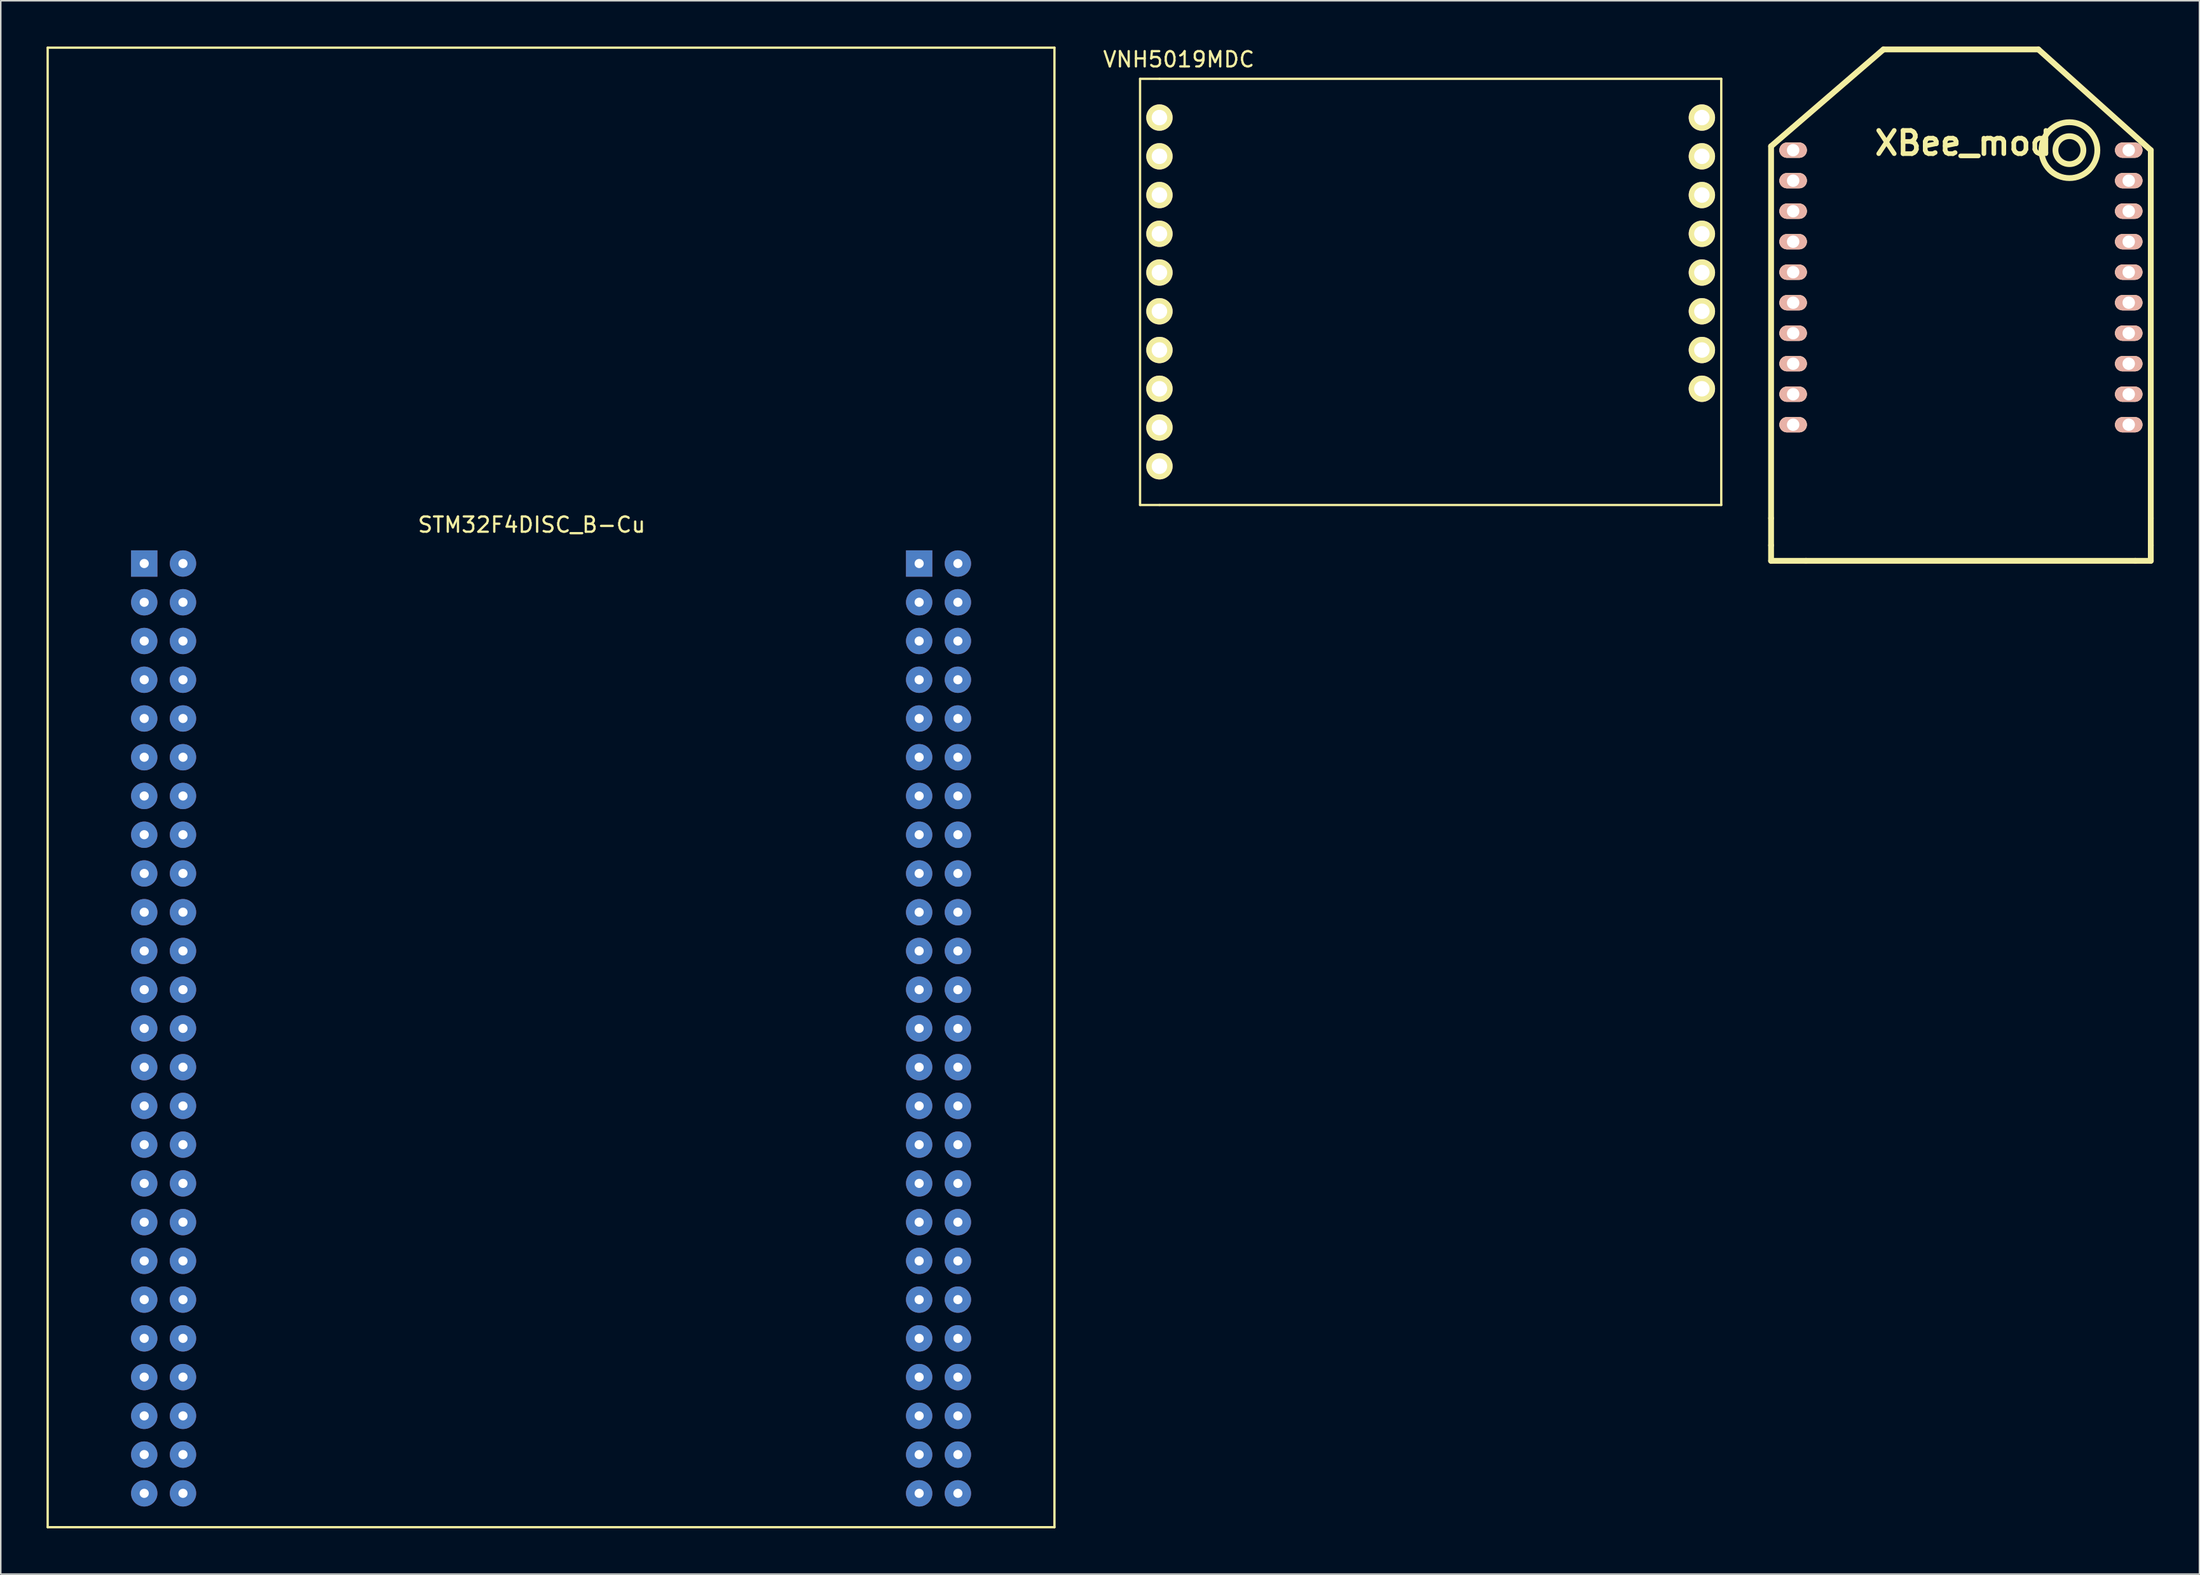
<source format=kicad_pcb>
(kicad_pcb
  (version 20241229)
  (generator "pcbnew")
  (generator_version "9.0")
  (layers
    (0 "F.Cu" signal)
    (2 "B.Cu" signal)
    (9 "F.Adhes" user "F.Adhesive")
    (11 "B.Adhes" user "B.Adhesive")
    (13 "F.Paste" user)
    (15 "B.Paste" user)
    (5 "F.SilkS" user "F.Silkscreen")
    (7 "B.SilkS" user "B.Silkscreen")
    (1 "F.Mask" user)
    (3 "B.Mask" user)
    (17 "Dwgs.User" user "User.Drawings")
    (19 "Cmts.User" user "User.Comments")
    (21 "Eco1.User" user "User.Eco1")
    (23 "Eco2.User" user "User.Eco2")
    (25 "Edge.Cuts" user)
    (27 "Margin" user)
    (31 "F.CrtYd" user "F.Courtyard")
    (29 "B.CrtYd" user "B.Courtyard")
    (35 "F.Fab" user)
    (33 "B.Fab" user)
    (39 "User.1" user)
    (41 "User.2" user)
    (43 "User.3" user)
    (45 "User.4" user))
  (footprint "XBee_mod"
    (layer "F.Cu")
    (at 125.499 6.795)
    (property "Reference" "XBee_mod" (at 0.163 -0.46 0) (layer "F.SilkS") (effects (font (size 1.524 1.524) (thickness 0.305))))
    (attr through_hole)
    (fp_line (start -12.446 -0.254) (end -5.08 -6.604) (stroke (width 0.381) (type solid)) (layer "F.SilkS"))
    (fp_line (start -12.446 24.13) (end -12.446 -0.254) (stroke (width 0.381) (type solid)) (layer "F.SilkS"))
    (fp_line (start -12.446 24.13) (end -12.446 25.908) (stroke (width 0.381) (type solid)) (layer "F.SilkS"))
    (fp_line (start -12.446 25.908) (end -12.446 26.924) (stroke (width 0.381) (type solid)) (layer "F.SilkS"))
    (fp_line (start -10.16 26.924) (end -12.446 26.924) (stroke (width 0.381) (type solid)) (layer "F.SilkS"))
    (fp_line (start -10.16 26.924) (end 11.43 26.924) (stroke (width 0.381) (type solid)) (layer "F.SilkS"))
    (fp_line (start -5.08 -6.604) (end 5.08 -6.604) (stroke (width 0.381) (type solid)) (layer "F.SilkS"))
    (fp_line (start 5.08 -6.604) (end 12.446 0) (stroke (width 0.381) (type solid)) (layer "F.SilkS"))
    (fp_line (start 11.43 26.924) (end 12.446 26.924) (stroke (width 0.381) (type solid)) (layer "F.SilkS"))
    (fp_line (start 12.446 0) (end 12.446 24.13) (stroke (width 0.381) (type solid)) (layer "F.SilkS"))
    (fp_line (start 12.446 24.13) (end 12.446 25.908) (stroke (width 0.381) (type solid)) (layer "F.SilkS"))
    (fp_line (start 12.446 25.908) (end 12.446 26.924) (stroke (width 0.381) (type solid)) (layer "F.SilkS"))
    (fp_circle (center 7.112 0) (end 7.874 0.508) (stroke (width 0.381) (type solid)) (fill no) (layer "F.SilkS"))
    (fp_circle (center 7.112 0) (end 8.636 1.016) (stroke (width 0.381) (type solid)) (fill no) (layer "F.SilkS"))
    (pad "1" thru_hole oval (at -11.001 0) (size 1.8 1) (drill 0.813) (layers "*.Cu" "*.Paste" "*.SilkS" "F.Mask"))
    (pad "2" thru_hole oval (at -11 2) (size 1.8 1) (drill 0.813) (layers "*.Cu" "*.Paste" "*.SilkS" "F.Mask"))
    (pad "3" thru_hole oval (at -11 4) (size 1.8 1) (drill 0.813) (layers "*.Cu" "*.Paste" "*.SilkS" "F.Mask"))
    (pad "4" thru_hole oval (at -11 6) (size 1.8 1) (drill 0.813) (layers "*.Cu" "*.Paste" "*.SilkS" "F.Mask"))
    (pad "5" thru_hole oval (at -11 8) (size 1.8 1) (drill 0.813) (layers "*.Cu" "*.Paste" "*.SilkS" "F.Mask"))
    (pad "6" thru_hole oval (at -11 10) (size 1.8 1) (drill 0.813) (layers "*.Cu" "*.Paste" "*.SilkS" "F.Mask"))
    (pad "7" thru_hole oval (at -11 12) (size 1.8 1) (drill 0.813) (layers "*.Cu" "*.Paste" "*.SilkS" "F.Mask"))
    (pad "8" thru_hole oval (at -11 14) (size 1.8 1) (drill 0.813) (layers "*.Cu" "*.Paste" "*.SilkS" "F.Mask"))
    (pad "9" thru_hole oval (at -11 16) (size 1.8 1) (drill 0.813) (layers "*.Cu" "*.Paste" "*.SilkS" "F.Mask"))
    (pad "10" thru_hole oval (at -11 18) (size 1.8 1) (drill 0.813) (layers "*.Cu" "*.Paste" "*.SilkS" "F.Mask"))
    (pad "11" thru_hole oval (at 11 18) (size 1.8 1) (drill 0.813) (layers "*.Cu" "*.Paste" "*.SilkS" "F.Mask"))
    (pad "12" thru_hole oval (at 11 16) (size 1.8 1) (drill 0.813) (layers "*.Cu" "*.Paste" "*.SilkS" "F.Mask"))
    (pad "13" thru_hole oval (at 11 14) (size 1.8 1) (drill 0.813) (layers "*.Cu" "*.Paste" "*.SilkS" "F.Mask"))
    (pad "14" thru_hole oval (at 11 12) (size 1.8 1) (drill 0.813) (layers "*.Cu" "*.Paste" "*.SilkS" "F.Mask"))
    (pad "15" thru_hole oval (at 11 10) (size 1.8 1) (drill 0.813) (layers "*.Cu" "*.Paste" "*.SilkS" "F.Mask"))
    (pad "16" thru_hole oval (at 11 8) (size 1.8 1) (drill 0.813) (layers "*.Cu" "*.Paste" "*.SilkS" "F.Mask"))
    (pad "17" thru_hole oval (at 11 6) (size 1.8 1) (drill 0.813) (layers "*.Cu" "*.Paste" "*.SilkS" "F.Mask"))
    (pad "18" thru_hole oval (at 11 4) (size 1.8 1) (drill 0.813) (layers "*.Cu" "*.Paste" "*.SilkS" "F.Mask"))
    (pad "19" thru_hole oval (at 11 2) (size 1.8 1) (drill 0.813) (layers "*.Cu" "*.Paste" "*.SilkS" "F.Mask"))
    (pad "20" thru_hole oval (at 11 0) (size 1.8 1) (drill 0.813) (layers "*.Cu" "*.Paste" "*.SilkS" "F.Mask")))
  (footprint "STM32F4DISC_B-Cu"
    (layer "F.Cu")
    (at 6.405 33.895)
    (property "Reference" "STM32F4DISC_B-Cu" (at 25.4 -2.54 0) (layer "F.SilkS") (effects (font (size 1 1) (thickness 0.15))))
    (attr through_hole)
    (fp_line (start -6.33 -33.82) (end 59.67 -33.82) (stroke (width 0.15) (type solid)) (layer "F.SilkS"))
    (fp_line (start -6.33 63.18) (end -6.33 -33.82) (stroke (width 0.15) (type solid)) (layer "F.SilkS"))
    (fp_line (start 59.67 -33.82) (end 59.67 63.18) (stroke (width 0.15) (type solid)) (layer "F.SilkS"))
    (fp_line (start 59.67 63.18) (end -6.33 63.18) (stroke (width 0.15) (type solid)) (layer "F.SilkS"))
    (pad "1" thru_hole rect (at 0 0) (size 1.727 1.727) (drill 0.6) (layers "B.Cu"))
    (pad "2" thru_hole oval (at 2.54 0) (size 1.727 1.727) (drill 0.6) (layers "B.Cu"))
    (pad "3" thru_hole oval (at 0 2.54) (size 1.727 1.727) (drill 0.6) (layers "B.Cu"))
    (pad "4" thru_hole oval (at 2.54 2.54) (size 1.727 1.727) (drill 0.6) (layers "B.Cu"))
    (pad "5" thru_hole oval (at 0 5.08) (size 1.727 1.727) (drill 0.6) (layers "B.Cu"))
    (pad "6" thru_hole oval (at 2.54 5.08) (size 1.727 1.727) (drill 0.6) (layers "B.Cu"))
    (pad "7" thru_hole oval (at 0 7.62) (size 1.727 1.727) (drill 0.6) (layers "B.Cu"))
    (pad "8" thru_hole oval (at 2.54 7.62) (size 1.727 1.727) (drill 0.6) (layers "B.Cu"))
    (pad "9" thru_hole oval (at 0 10.16) (size 1.727 1.727) (drill 0.6) (layers "B.Cu"))
    (pad "10" thru_hole oval (at 2.54 10.16) (size 1.727 1.727) (drill 0.6) (layers "B.Cu"))
    (pad "11" thru_hole oval (at 0 12.7) (size 1.727 1.727) (drill 0.6) (layers "B.Cu"))
    (pad "12" thru_hole oval (at 2.54 12.7) (size 1.727 1.727) (drill 0.6) (layers "B.Cu"))
    (pad "13" thru_hole oval (at 0 15.24) (size 1.727 1.727) (drill 0.6) (layers "B.Cu"))
    (pad "14" thru_hole oval (at 2.54 15.24) (size 1.727 1.727) (drill 0.6) (layers "B.Cu"))
    (pad "15" thru_hole oval (at 0 17.78) (size 1.727 1.727) (drill 0.6) (layers "B.Cu"))
    (pad "16" thru_hole oval (at 2.54 17.78) (size 1.727 1.727) (drill 0.6) (layers "B.Cu"))
    (pad "17" thru_hole oval (at 0 20.32) (size 1.727 1.727) (drill 0.6) (layers "B.Cu"))
    (pad "18" thru_hole oval (at 2.54 20.32) (size 1.727 1.727) (drill 0.6) (layers "B.Cu"))
    (pad "19" thru_hole oval (at 0 22.86) (size 1.727 1.727) (drill 0.6) (layers "B.Cu"))
    (pad "20" thru_hole oval (at 2.54 22.86) (size 1.727 1.727) (drill 0.6) (layers "B.Cu"))
    (pad "21" thru_hole oval (at 0 25.4) (size 1.727 1.727) (drill 0.6) (layers "B.Cu"))
    (pad "22" thru_hole oval (at 2.54 25.4) (size 1.727 1.727) (drill 0.6) (layers "B.Cu"))
    (pad "23" thru_hole oval (at 0 27.94) (size 1.727 1.727) (drill 0.6) (layers "B.Cu"))
    (pad "24" thru_hole oval (at 2.54 27.94) (size 1.727 1.727) (drill 0.6) (layers "B.Cu"))
    (pad "25" thru_hole oval (at 0 30.48) (size 1.727 1.727) (drill 0.6) (layers "B.Cu"))
    (pad "26" thru_hole oval (at 2.54 30.48) (size 1.727 1.727) (drill 0.6) (layers "B.Cu"))
    (pad "27" thru_hole oval (at 0 33.02) (size 1.727 1.727) (drill 0.6) (layers "B.Cu"))
    (pad "28" thru_hole oval (at 2.54 33.02) (size 1.727 1.727) (drill 0.6) (layers "B.Cu"))
    (pad "29" thru_hole oval (at 0 35.56) (size 1.727 1.727) (drill 0.6) (layers "B.Cu"))
    (pad "30" thru_hole oval (at 2.54 35.56) (size 1.727 1.727) (drill 0.6) (layers "B.Cu"))
    (pad "31" thru_hole oval (at 0 38.1) (size 1.727 1.727) (drill 0.6) (layers "B.Cu"))
    (pad "32" thru_hole oval (at 2.54 38.1) (size 1.727 1.727) (drill 0.6) (layers "B.Cu"))
    (pad "33" thru_hole oval (at 0 40.64) (size 1.727 1.727) (drill 0.6) (layers "B.Cu"))
    (pad "34" thru_hole oval (at 2.54 40.64) (size 1.727 1.727) (drill 0.6) (layers "B.Cu"))
    (pad "35" thru_hole oval (at 0 43.18) (size 1.727 1.727) (drill 0.6) (layers "B.Cu"))
    (pad "36" thru_hole oval (at 2.54 43.18) (size 1.727 1.727) (drill 0.6) (layers "B.Cu"))
    (pad "37" thru_hole oval (at 0 45.72) (size 1.727 1.727) (drill 0.6) (layers "B.Cu"))
    (pad "38" thru_hole oval (at 2.54 45.72) (size 1.727 1.727) (drill 0.6) (layers "B.Cu"))
    (pad "39" thru_hole oval (at 0 48.26) (size 1.727 1.727) (drill 0.6) (layers "B.Cu"))
    (pad "40" thru_hole oval (at 2.54 48.26) (size 1.727 1.727) (drill 0.6) (layers "B.Cu"))
    (pad "41" thru_hole oval (at 0 50.8) (size 1.727 1.727) (drill 0.6) (layers "B.Cu"))
    (pad "42" thru_hole oval (at 2.54 50.8) (size 1.727 1.727) (drill 0.6) (layers "B.Cu"))
    (pad "43" thru_hole oval (at 0 53.34) (size 1.727 1.727) (drill 0.6) (layers "B.Cu"))
    (pad "44" thru_hole oval (at 2.54 53.34) (size 1.727 1.727) (drill 0.6) (layers "B.Cu"))
    (pad "45" thru_hole oval (at 0 55.88) (size 1.727 1.727) (drill 0.6) (layers "B.Cu"))
    (pad "46" thru_hole oval (at 2.54 55.88) (size 1.727 1.727) (drill 0.6) (layers "B.Cu"))
    (pad "47" thru_hole oval (at 0 58.42) (size 1.727 1.727) (drill 0.6) (layers "B.Cu"))
    (pad "48" thru_hole oval (at 2.54 58.42) (size 1.727 1.727) (drill 0.6) (layers "B.Cu"))
    (pad "49" thru_hole oval (at 0 60.96) (size 1.727 1.727) (drill 0.6) (layers "B.Cu"))
    (pad "50" thru_hole oval (at 2.54 60.96) (size 1.727 1.727) (drill 0.6) (layers "B.Cu"))
    (pad "51" thru_hole rect (at 50.8 0) (size 1.727 1.727) (drill 0.6) (layers "B.Cu"))
    (pad "52" thru_hole circle (at 53.34 0) (size 1.727 1.727) (drill 0.6) (layers "B.Cu"))
    (pad "53" thru_hole circle (at 50.8 2.54) (size 1.727 1.727) (drill 0.6) (layers "B.Cu"))
    (pad "54" thru_hole circle (at 53.34 2.54) (size 1.727 1.727) (drill 0.6) (layers "B.Cu"))
    (pad "55" thru_hole circle (at 50.8 5.08) (size 1.727 1.727) (drill 0.6) (layers "B.Cu"))
    (pad "56" thru_hole circle (at 53.34 5.08) (size 1.727 1.727) (drill 0.6) (layers "B.Cu"))
    (pad "57" thru_hole circle (at 50.8 7.62) (size 1.727 1.727) (drill 0.6) (layers "B.Cu"))
    (pad "58" thru_hole circle (at 53.34 7.62) (size 1.727 1.727) (drill 0.6) (layers "B.Cu"))
    (pad "59" thru_hole circle (at 50.8 10.16) (size 1.727 1.727) (drill 0.6) (layers "B.Cu"))
    (pad "60" thru_hole circle (at 53.34 10.16) (size 1.727 1.727) (drill 0.6) (layers "B.Cu"))
    (pad "61" thru_hole circle (at 50.8 12.7) (size 1.727 1.727) (drill 0.6) (layers "B.Cu"))
    (pad "62" thru_hole circle (at 53.34 12.7) (size 1.727 1.727) (drill 0.6) (layers "B.Cu"))
    (pad "63" thru_hole circle (at 50.8 15.24) (size 1.727 1.727) (drill 0.6) (layers "B.Cu"))
    (pad "64" thru_hole circle (at 53.34 15.24) (size 1.727 1.727) (drill 0.6) (layers "B.Cu"))
    (pad "65" thru_hole circle (at 50.8 17.78) (size 1.727 1.727) (drill 0.6) (layers "B.Cu"))
    (pad "66" thru_hole circle (at 53.34 17.78) (size 1.727 1.727) (drill 0.6) (layers "B.Cu"))
    (pad "67" thru_hole circle (at 50.8 20.32) (size 1.727 1.727) (drill 0.6) (layers "B.Cu"))
    (pad "68" thru_hole circle (at 53.34 20.32) (size 1.727 1.727) (drill 0.6) (layers "B.Cu"))
    (pad "69" thru_hole circle (at 50.8 22.86) (size 1.727 1.727) (drill 0.6) (layers "B.Cu"))
    (pad "70" thru_hole circle (at 53.34 22.86) (size 1.727 1.727) (drill 0.6) (layers "B.Cu"))
    (pad "71" thru_hole circle (at 50.8 25.4) (size 1.727 1.727) (drill 0.6) (layers "B.Cu"))
    (pad "72" thru_hole circle (at 53.34 25.4) (size 1.727 1.727) (drill 0.6) (layers "B.Cu"))
    (pad "73" thru_hole circle (at 50.8 27.94) (size 1.727 1.727) (drill 0.6) (layers "B.Cu"))
    (pad "74" thru_hole circle (at 53.34 27.94) (size 1.727 1.727) (drill 0.6) (layers "B.Cu"))
    (pad "75" thru_hole circle (at 50.8 30.48) (size 1.727 1.727) (drill 0.6) (layers "B.Cu"))
    (pad "76" thru_hole circle (at 53.34 30.48) (size 1.727 1.727) (drill 0.6) (layers "B.Cu"))
    (pad "77" thru_hole circle (at 50.8 33.02) (size 1.727 1.727) (drill 0.6) (layers "B.Cu"))
    (pad "78" thru_hole circle (at 53.34 33.02) (size 1.727 1.727) (drill 0.6) (layers "B.Cu"))
    (pad "79" thru_hole circle (at 50.8 35.56) (size 1.727 1.727) (drill 0.6) (layers "B.Cu"))
    (pad "80" thru_hole circle (at 53.34 35.56) (size 1.727 1.727) (drill 0.6) (layers "B.Cu"))
    (pad "81" thru_hole circle (at 50.8 38.1) (size 1.727 1.727) (drill 0.6) (layers "B.Cu"))
    (pad "82" thru_hole circle (at 53.34 38.1) (size 1.727 1.727) (drill 0.6) (layers "B.Cu"))
    (pad "83" thru_hole circle (at 50.8 40.64) (size 1.727 1.727) (drill 0.6) (layers "B.Cu"))
    (pad "84" thru_hole circle (at 53.34 40.64) (size 1.727 1.727) (drill 0.6) (layers "B.Cu"))
    (pad "85" thru_hole circle (at 50.8 43.18) (size 1.727 1.727) (drill 0.6) (layers "B.Cu"))
    (pad "86" thru_hole circle (at 53.34 43.18) (size 1.727 1.727) (drill 0.6) (layers "B.Cu"))
    (pad "87" thru_hole circle (at 50.8 45.72) (size 1.727 1.727) (drill 0.6) (layers "B.Cu"))
    (pad "88" thru_hole circle (at 53.34 45.72) (size 1.727 1.727) (drill 0.6) (layers "B.Cu"))
    (pad "89" thru_hole circle (at 50.8 48.26) (size 1.727 1.727) (drill 0.6) (layers "B.Cu"))
    (pad "90" thru_hole circle (at 53.34 48.26) (size 1.727 1.727) (drill 0.6) (layers "B.Cu"))
    (pad "91" thru_hole circle (at 50.8 50.8) (size 1.727 1.727) (drill 0.6) (layers "B.Cu"))
    (pad "92" thru_hole circle (at 53.34 50.8) (size 1.727 1.727) (drill 0.6) (layers "B.Cu"))
    (pad "93" thru_hole circle (at 50.8 53.34) (size 1.727 1.727) (drill 0.6) (layers "B.Cu"))
    (pad "94" thru_hole circle (at 53.34 53.34) (size 1.727 1.727) (drill 0.6) (layers "B.Cu"))
    (pad "95" thru_hole circle (at 50.8 55.88) (size 1.727 1.727) (drill 0.6) (layers "B.Cu"))
    (pad "96" thru_hole circle (at 53.34 55.88) (size 1.727 1.727) (drill 0.6) (layers "B.Cu"))
    (pad "97" thru_hole circle (at 50.8 58.42) (size 1.727 1.727) (drill 0.6) (layers "B.Cu"))
    (pad "98" thru_hole circle (at 53.34 58.42) (size 1.727 1.727) (drill 0.6) (layers "B.Cu"))
    (pad "99" thru_hole circle (at 50.8 60.96) (size 1.727 1.727) (drill 0.6) (layers "B.Cu"))
    (pad "100" thru_hole circle (at 53.34 60.96) (size 1.727 1.727) (drill 0.6) (layers "B.Cu")))
  (footprint "VNH5019MDC"
    (layer "F.Cu")
    (at 72.957 4.658)
    (property "Reference" "VNH5019MDC" (at 1.27 -3.81 0) (layer "F.SilkS") (effects (font (size 1 1) (thickness 0.15))))
    (attr through_hole)
    (fp_line (start -1.27 -2.54) (end -1.27 25.4) (stroke (width 0.15) (type solid)) (layer "F.SilkS"))
    (fp_line (start -1.27 25.4) (end 0 25.4) (stroke (width 0.15) (type solid)) (layer "F.SilkS"))
    (fp_line (start 0 -2.54) (end -1.27 -2.54) (stroke (width 0.15) (type solid)) (layer "F.SilkS"))
    (fp_line (start 36.83 -2.54) (end 0 -2.54) (stroke (width 0.15) (type solid)) (layer "F.SilkS"))
    (fp_line (start 36.83 25.4) (end 0 25.4) (stroke (width 0.15) (type solid)) (layer "F.SilkS"))
    (fp_line (start 36.83 25.4) (end 36.83 -2.54) (stroke (width 0.15) (type solid)) (layer "F.SilkS"))
    (pad "1" thru_hole circle (at 0 0) (size 1.727 1.727) (drill 1.016) (layers "*.Cu" "*.Mask" "F.SilkS"))
    (pad "2" thru_hole circle (at 0 2.54) (size 1.727 1.727) (drill 1.016) (layers "*.Cu" "*.Mask" "F.SilkS"))
    (pad "3" thru_hole circle (at 0 5.08) (size 1.727 1.727) (drill 1.016) (layers "*.Cu" "*.Mask" "F.SilkS"))
    (pad "4" thru_hole circle (at 0 7.62) (size 1.727 1.727) (drill 1.016) (layers "*.Cu" "*.Mask" "F.SilkS"))
    (pad "5" thru_hole circle (at 0 10.16) (size 1.727 1.727) (drill 1.016) (layers "*.Cu" "*.Mask" "F.SilkS"))
    (pad "6" thru_hole circle (at 0 12.7) (size 1.727 1.727) (drill 1.016) (layers "*.Cu" "*.Mask" "F.SilkS"))
    (pad "7" thru_hole circle (at 0 15.24) (size 1.727 1.727) (drill 1.016) (layers "*.Cu" "*.Mask" "F.SilkS"))
    (pad "8" thru_hole circle (at 0 17.78) (size 1.727 1.727) (drill 1.016) (layers "*.Cu" "*.Mask" "F.SilkS"))
    (pad "9" thru_hole circle (at 0 20.32) (size 1.727 1.727) (drill 1.016) (layers "*.Cu" "*.Mask" "F.SilkS"))
    (pad "10" thru_hole circle (at 0 22.86) (size 1.727 1.727) (drill 1.016) (layers "*.Cu" "*.Mask" "F.SilkS"))
    (pad "11" thru_hole circle (at 35.56 17.78) (size 1.727 1.727) (drill 1.016) (layers "*.Cu" "*.Mask" "F.SilkS"))
    (pad "12" thru_hole circle (at 35.56 15.24) (size 1.727 1.727) (drill 1.016) (layers "*.Cu" "*.Mask" "F.SilkS"))
    (pad "13" thru_hole circle (at 35.56 12.7) (size 1.727 1.727) (drill 1.016) (layers "*.Cu" "*.Mask" "F.SilkS"))
    (pad "14" thru_hole circle (at 35.56 10.16) (size 1.727 1.727) (drill 1.016) (layers "*.Cu" "*.Mask" "F.SilkS"))
    (pad "15" thru_hole circle (at 35.56 7.62) (size 1.727 1.727) (drill 1.016) (layers "*.Cu" "*.Mask" "F.SilkS"))
    (pad "16" thru_hole circle (at 35.56 5.08) (size 1.727 1.727) (drill 1.016) (layers "*.Cu" "*.Mask" "F.SilkS"))
    (pad "17" thru_hole circle (at 35.56 2.54) (size 1.727 1.727) (drill 1.016) (layers "*.Cu" "*.Mask" "F.SilkS"))
    (pad "18" thru_hole circle (at 35.56 0) (size 1.727 1.727) (drill 1.016) (layers "*.Cu" "*.Mask" "F.SilkS")))
  (gr_rect
    (start -3 -3)
    (end 141.135 100.15)
    (stroke (width 0.1) (type default))
    (fill no)
    (layer "Edge.Cuts")))
</source>
